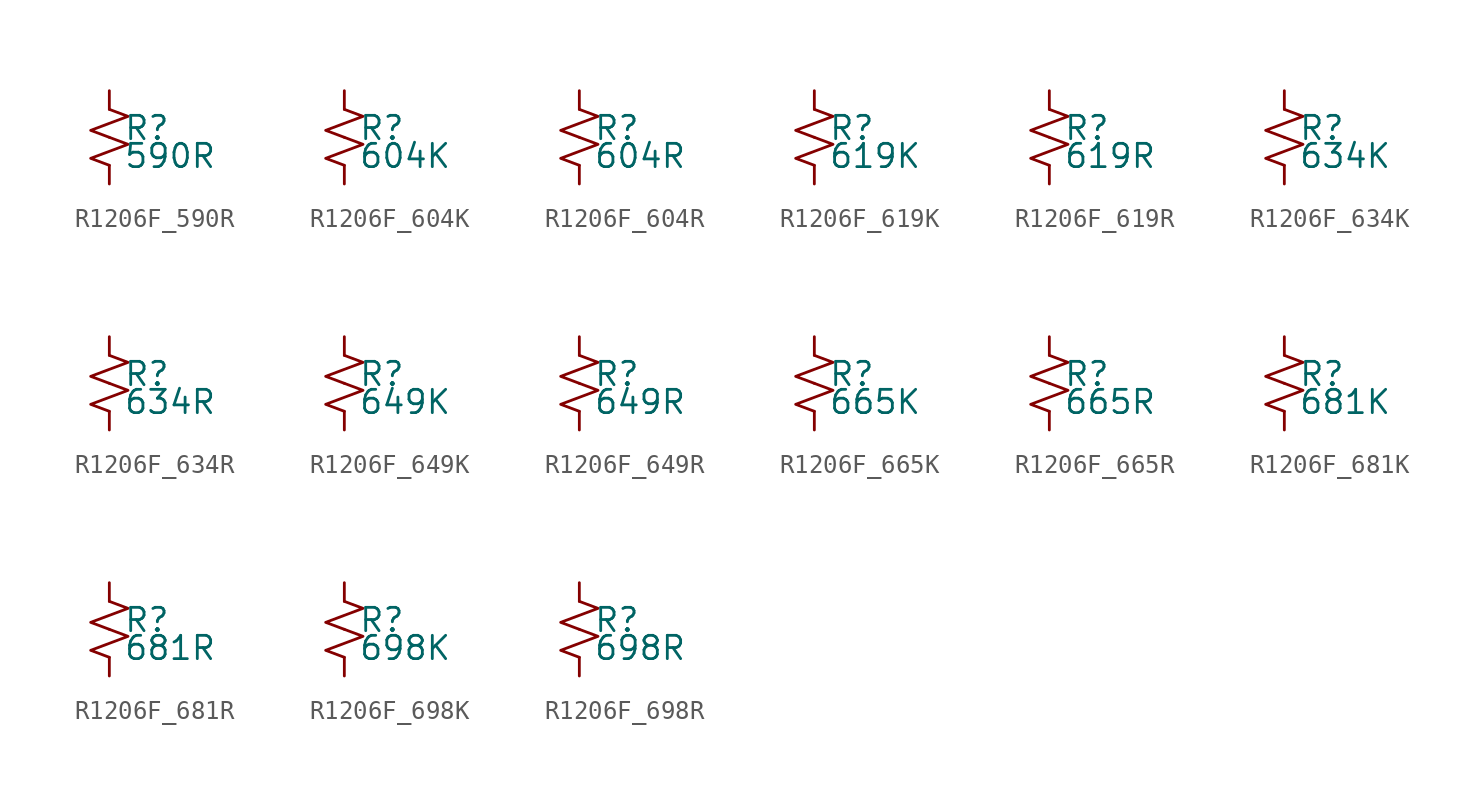
<source format=kicad_sym>
(kicad_symbol_lib
  (version 20220914)
  (generator kicad_symbol_editor)
  (symbol "R1206F_590R"
    (pin_numbers hide)
    (pin_names
      (offset 0.254) hide)
    (property "Reference" "R"
      (at 0.762 0.508 0)
      (effects (font (size 1.27 1.27)) (justify left)))
    (property "Value" "590R"
      (at 0.762 -1.016 0)
      (effects (font (size 1.27 1.27)) (justify left)))
    (symbol "R1206F_590R_1_1"
      (polyline (pts (xy 0 0) (xy 1.016 -0.381) (xy 0 -0.762) (xy -1.016 -1.143) (xy 0 -1.524)) (stroke (width 0) (type default)) (fill (type none)))
      (polyline (pts (xy 0 1.524) (xy 1.016 1.143) (xy 0 0.762) (xy -1.016 0.381) (xy 0 0)) (stroke (width 0) (type default)) (fill (type none)))
      (pin passive line (at 0 2.54 270) (length 1.016) (name "~" (effects (font (size 1.27 1.27)))) (number "1" (effects (font (size 1.27 1.27)))))
      (pin passive line (at 0 -2.54 90) (length 1.016) (name "~" (effects (font (size 1.27 1.27)))) (number "2" (effects (font (size 1.27 1.27)))))))
  (symbol "R1206F_604K"
    (pin_numbers hide)
    (pin_names
      (offset 0.254) hide)
    (property "Reference" "R"
      (at 0.762 0.508 0)
      (effects (font (size 1.27 1.27)) (justify left)))
    (property "Value" "604K"
      (at 0.762 -1.016 0)
      (effects (font (size 1.27 1.27)) (justify left)))
    (symbol "R1206F_604K_1_1"
      (polyline (pts (xy 0 0) (xy 1.016 -0.381) (xy 0 -0.762) (xy -1.016 -1.143) (xy 0 -1.524)) (stroke (width 0) (type default)) (fill (type none)))
      (polyline (pts (xy 0 1.524) (xy 1.016 1.143) (xy 0 0.762) (xy -1.016 0.381) (xy 0 0)) (stroke (width 0) (type default)) (fill (type none)))
      (pin passive line (at 0 2.54 270) (length 1.016) (name "~" (effects (font (size 1.27 1.27)))) (number "1" (effects (font (size 1.27 1.27)))))
      (pin passive line (at 0 -2.54 90) (length 1.016) (name "~" (effects (font (size 1.27 1.27)))) (number "2" (effects (font (size 1.27 1.27)))))))
  (symbol "R1206F_604R"
    (pin_numbers hide)
    (pin_names
      (offset 0.254) hide)
    (property "Reference" "R"
      (at 0.762 0.508 0)
      (effects (font (size 1.27 1.27)) (justify left)))
    (property "Value" "604R"
      (at 0.762 -1.016 0)
      (effects (font (size 1.27 1.27)) (justify left)))
    (symbol "R1206F_604R_1_1"
      (polyline (pts (xy 0 0) (xy 1.016 -0.381) (xy 0 -0.762) (xy -1.016 -1.143) (xy 0 -1.524)) (stroke (width 0) (type default)) (fill (type none)))
      (polyline (pts (xy 0 1.524) (xy 1.016 1.143) (xy 0 0.762) (xy -1.016 0.381) (xy 0 0)) (stroke (width 0) (type default)) (fill (type none)))
      (pin passive line (at 0 2.54 270) (length 1.016) (name "~" (effects (font (size 1.27 1.27)))) (number "1" (effects (font (size 1.27 1.27)))))
      (pin passive line (at 0 -2.54 90) (length 1.016) (name "~" (effects (font (size 1.27 1.27)))) (number "2" (effects (font (size 1.27 1.27)))))))
  (symbol "R1206F_619K"
    (pin_numbers hide)
    (pin_names
      (offset 0.254) hide)
    (property "Reference" "R"
      (at 0.762 0.508 0)
      (effects (font (size 1.27 1.27)) (justify left)))
    (property "Value" "619K"
      (at 0.762 -1.016 0)
      (effects (font (size 1.27 1.27)) (justify left)))
    (symbol "R1206F_619K_1_1"
      (polyline (pts (xy 0 0) (xy 1.016 -0.381) (xy 0 -0.762) (xy -1.016 -1.143) (xy 0 -1.524)) (stroke (width 0) (type default)) (fill (type none)))
      (polyline (pts (xy 0 1.524) (xy 1.016 1.143) (xy 0 0.762) (xy -1.016 0.381) (xy 0 0)) (stroke (width 0) (type default)) (fill (type none)))
      (pin passive line (at 0 2.54 270) (length 1.016) (name "~" (effects (font (size 1.27 1.27)))) (number "1" (effects (font (size 1.27 1.27)))))
      (pin passive line (at 0 -2.54 90) (length 1.016) (name "~" (effects (font (size 1.27 1.27)))) (number "2" (effects (font (size 1.27 1.27)))))))
  (symbol "R1206F_619R"
    (pin_numbers hide)
    (pin_names
      (offset 0.254) hide)
    (property "Reference" "R"
      (at 0.762 0.508 0)
      (effects (font (size 1.27 1.27)) (justify left)))
    (property "Value" "619R"
      (at 0.762 -1.016 0)
      (effects (font (size 1.27 1.27)) (justify left)))
    (symbol "R1206F_619R_1_1"
      (polyline (pts (xy 0 0) (xy 1.016 -0.381) (xy 0 -0.762) (xy -1.016 -1.143) (xy 0 -1.524)) (stroke (width 0) (type default)) (fill (type none)))
      (polyline (pts (xy 0 1.524) (xy 1.016 1.143) (xy 0 0.762) (xy -1.016 0.381) (xy 0 0)) (stroke (width 0) (type default)) (fill (type none)))
      (pin passive line (at 0 2.54 270) (length 1.016) (name "~" (effects (font (size 1.27 1.27)))) (number "1" (effects (font (size 1.27 1.27)))))
      (pin passive line (at 0 -2.54 90) (length 1.016) (name "~" (effects (font (size 1.27 1.27)))) (number "2" (effects (font (size 1.27 1.27)))))))
  (symbol "R1206F_634K"
    (pin_numbers hide)
    (pin_names
      (offset 0.254) hide)
    (property "Reference" "R"
      (at 0.762 0.508 0)
      (effects (font (size 1.27 1.27)) (justify left)))
    (property "Value" "634K"
      (at 0.762 -1.016 0)
      (effects (font (size 1.27 1.27)) (justify left)))
    (symbol "R1206F_634K_1_1"
      (polyline (pts (xy 0 0) (xy 1.016 -0.381) (xy 0 -0.762) (xy -1.016 -1.143) (xy 0 -1.524)) (stroke (width 0) (type default)) (fill (type none)))
      (polyline (pts (xy 0 1.524) (xy 1.016 1.143) (xy 0 0.762) (xy -1.016 0.381) (xy 0 0)) (stroke (width 0) (type default)) (fill (type none)))
      (pin passive line (at 0 2.54 270) (length 1.016) (name "~" (effects (font (size 1.27 1.27)))) (number "1" (effects (font (size 1.27 1.27)))))
      (pin passive line (at 0 -2.54 90) (length 1.016) (name "~" (effects (font (size 1.27 1.27)))) (number "2" (effects (font (size 1.27 1.27)))))))
  (symbol "R1206F_634R"
    (pin_numbers hide)
    (pin_names
      (offset 0.254) hide)
    (property "Reference" "R"
      (at 0.762 0.508 0)
      (effects (font (size 1.27 1.27)) (justify left)))
    (property "Value" "634R"
      (at 0.762 -1.016 0)
      (effects (font (size 1.27 1.27)) (justify left)))
    (symbol "R1206F_634R_1_1"
      (polyline (pts (xy 0 0) (xy 1.016 -0.381) (xy 0 -0.762) (xy -1.016 -1.143) (xy 0 -1.524)) (stroke (width 0) (type default)) (fill (type none)))
      (polyline (pts (xy 0 1.524) (xy 1.016 1.143) (xy 0 0.762) (xy -1.016 0.381) (xy 0 0)) (stroke (width 0) (type default)) (fill (type none)))
      (pin passive line (at 0 2.54 270) (length 1.016) (name "~" (effects (font (size 1.27 1.27)))) (number "1" (effects (font (size 1.27 1.27)))))
      (pin passive line (at 0 -2.54 90) (length 1.016) (name "~" (effects (font (size 1.27 1.27)))) (number "2" (effects (font (size 1.27 1.27)))))))
  (symbol "R1206F_649K"
    (pin_numbers hide)
    (pin_names
      (offset 0.254) hide)
    (property "Reference" "R"
      (at 0.762 0.508 0)
      (effects (font (size 1.27 1.27)) (justify left)))
    (property "Value" "649K"
      (at 0.762 -1.016 0)
      (effects (font (size 1.27 1.27)) (justify left)))
    (symbol "R1206F_649K_1_1"
      (polyline (pts (xy 0 0) (xy 1.016 -0.381) (xy 0 -0.762) (xy -1.016 -1.143) (xy 0 -1.524)) (stroke (width 0) (type default)) (fill (type none)))
      (polyline (pts (xy 0 1.524) (xy 1.016 1.143) (xy 0 0.762) (xy -1.016 0.381) (xy 0 0)) (stroke (width 0) (type default)) (fill (type none)))
      (pin passive line (at 0 2.54 270) (length 1.016) (name "~" (effects (font (size 1.27 1.27)))) (number "1" (effects (font (size 1.27 1.27)))))
      (pin passive line (at 0 -2.54 90) (length 1.016) (name "~" (effects (font (size 1.27 1.27)))) (number "2" (effects (font (size 1.27 1.27)))))))
  (symbol "R1206F_649R"
    (pin_numbers hide)
    (pin_names
      (offset 0.254) hide)
    (property "Reference" "R"
      (at 0.762 0.508 0)
      (effects (font (size 1.27 1.27)) (justify left)))
    (property "Value" "649R"
      (at 0.762 -1.016 0)
      (effects (font (size 1.27 1.27)) (justify left)))
    (symbol "R1206F_649R_1_1"
      (polyline (pts (xy 0 0) (xy 1.016 -0.381) (xy 0 -0.762) (xy -1.016 -1.143) (xy 0 -1.524)) (stroke (width 0) (type default)) (fill (type none)))
      (polyline (pts (xy 0 1.524) (xy 1.016 1.143) (xy 0 0.762) (xy -1.016 0.381) (xy 0 0)) (stroke (width 0) (type default)) (fill (type none)))
      (pin passive line (at 0 2.54 270) (length 1.016) (name "~" (effects (font (size 1.27 1.27)))) (number "1" (effects (font (size 1.27 1.27)))))
      (pin passive line (at 0 -2.54 90) (length 1.016) (name "~" (effects (font (size 1.27 1.27)))) (number "2" (effects (font (size 1.27 1.27)))))))
  (symbol "R1206F_665K"
    (pin_numbers hide)
    (pin_names
      (offset 0.254) hide)
    (property "Reference" "R"
      (at 0.762 0.508 0)
      (effects (font (size 1.27 1.27)) (justify left)))
    (property "Value" "665K"
      (at 0.762 -1.016 0)
      (effects (font (size 1.27 1.27)) (justify left)))
    (symbol "R1206F_665K_1_1"
      (polyline (pts (xy 0 0) (xy 1.016 -0.381) (xy 0 -0.762) (xy -1.016 -1.143) (xy 0 -1.524)) (stroke (width 0) (type default)) (fill (type none)))
      (polyline (pts (xy 0 1.524) (xy 1.016 1.143) (xy 0 0.762) (xy -1.016 0.381) (xy 0 0)) (stroke (width 0) (type default)) (fill (type none)))
      (pin passive line (at 0 2.54 270) (length 1.016) (name "~" (effects (font (size 1.27 1.27)))) (number "1" (effects (font (size 1.27 1.27)))))
      (pin passive line (at 0 -2.54 90) (length 1.016) (name "~" (effects (font (size 1.27 1.27)))) (number "2" (effects (font (size 1.27 1.27)))))))
  (symbol "R1206F_665R"
    (pin_numbers hide)
    (pin_names
      (offset 0.254) hide)
    (property "Reference" "R"
      (at 0.762 0.508 0)
      (effects (font (size 1.27 1.27)) (justify left)))
    (property "Value" "665R"
      (at 0.762 -1.016 0)
      (effects (font (size 1.27 1.27)) (justify left)))
    (symbol "R1206F_665R_1_1"
      (polyline (pts (xy 0 0) (xy 1.016 -0.381) (xy 0 -0.762) (xy -1.016 -1.143) (xy 0 -1.524)) (stroke (width 0) (type default)) (fill (type none)))
      (polyline (pts (xy 0 1.524) (xy 1.016 1.143) (xy 0 0.762) (xy -1.016 0.381) (xy 0 0)) (stroke (width 0) (type default)) (fill (type none)))
      (pin passive line (at 0 2.54 270) (length 1.016) (name "~" (effects (font (size 1.27 1.27)))) (number "1" (effects (font (size 1.27 1.27)))))
      (pin passive line (at 0 -2.54 90) (length 1.016) (name "~" (effects (font (size 1.27 1.27)))) (number "2" (effects (font (size 1.27 1.27)))))))
  (symbol "R1206F_681K"
    (pin_numbers hide)
    (pin_names
      (offset 0.254) hide)
    (property "Reference" "R"
      (at 0.762 0.508 0)
      (effects (font (size 1.27 1.27)) (justify left)))
    (property "Value" "681K"
      (at 0.762 -1.016 0)
      (effects (font (size 1.27 1.27)) (justify left)))
    (symbol "R1206F_681K_1_1"
      (polyline (pts (xy 0 0) (xy 1.016 -0.381) (xy 0 -0.762) (xy -1.016 -1.143) (xy 0 -1.524)) (stroke (width 0) (type default)) (fill (type none)))
      (polyline (pts (xy 0 1.524) (xy 1.016 1.143) (xy 0 0.762) (xy -1.016 0.381) (xy 0 0)) (stroke (width 0) (type default)) (fill (type none)))
      (pin passive line (at 0 2.54 270) (length 1.016) (name "~" (effects (font (size 1.27 1.27)))) (number "1" (effects (font (size 1.27 1.27)))))
      (pin passive line (at 0 -2.54 90) (length 1.016) (name "~" (effects (font (size 1.27 1.27)))) (number "2" (effects (font (size 1.27 1.27)))))))
  (symbol "R1206F_681R"
    (pin_numbers hide)
    (pin_names
      (offset 0.254) hide)
    (property "Reference" "R"
      (at 0.762 0.508 0)
      (effects (font (size 1.27 1.27)) (justify left)))
    (property "Value" "681R"
      (at 0.762 -1.016 0)
      (effects (font (size 1.27 1.27)) (justify left)))
    (symbol "R1206F_681R_1_1"
      (polyline (pts (xy 0 0) (xy 1.016 -0.381) (xy 0 -0.762) (xy -1.016 -1.143) (xy 0 -1.524)) (stroke (width 0) (type default)) (fill (type none)))
      (polyline (pts (xy 0 1.524) (xy 1.016 1.143) (xy 0 0.762) (xy -1.016 0.381) (xy 0 0)) (stroke (width 0) (type default)) (fill (type none)))
      (pin passive line (at 0 2.54 270) (length 1.016) (name "~" (effects (font (size 1.27 1.27)))) (number "1" (effects (font (size 1.27 1.27)))))
      (pin passive line (at 0 -2.54 90) (length 1.016) (name "~" (effects (font (size 1.27 1.27)))) (number "2" (effects (font (size 1.27 1.27)))))))
  (symbol "R1206F_698K"
    (pin_numbers hide)
    (pin_names
      (offset 0.254) hide)
    (property "Reference" "R"
      (at 0.762 0.508 0)
      (effects (font (size 1.27 1.27)) (justify left)))
    (property "Value" "698K"
      (at 0.762 -1.016 0)
      (effects (font (size 1.27 1.27)) (justify left)))
    (symbol "R1206F_698K_1_1"
      (polyline (pts (xy 0 0) (xy 1.016 -0.381) (xy 0 -0.762) (xy -1.016 -1.143) (xy 0 -1.524)) (stroke (width 0) (type default)) (fill (type none)))
      (polyline (pts (xy 0 1.524) (xy 1.016 1.143) (xy 0 0.762) (xy -1.016 0.381) (xy 0 0)) (stroke (width 0) (type default)) (fill (type none)))
      (pin passive line (at 0 2.54 270) (length 1.016) (name "~" (effects (font (size 1.27 1.27)))) (number "1" (effects (font (size 1.27 1.27)))))
      (pin passive line (at 0 -2.54 90) (length 1.016) (name "~" (effects (font (size 1.27 1.27)))) (number "2" (effects (font (size 1.27 1.27)))))))
  (symbol "R1206F_698R"
    (pin_numbers hide)
    (pin_names
      (offset 0.254) hide)
    (property "Reference" "R"
      (at 0.762 0.508 0)
      (effects (font (size 1.27 1.27)) (justify left)))
    (property "Value" "698R"
      (at 0.762 -1.016 0)
      (effects (font (size 1.27 1.27)) (justify left)))
    (symbol "R1206F_698R_1_1"
      (polyline (pts (xy 0 0) (xy 1.016 -0.381) (xy 0 -0.762) (xy -1.016 -1.143) (xy 0 -1.524)) (stroke (width 0) (type default)) (fill (type none)))
      (polyline (pts (xy 0 1.524) (xy 1.016 1.143) (xy 0 0.762) (xy -1.016 0.381) (xy 0 0)) (stroke (width 0) (type default)) (fill (type none)))
      (pin passive line (at 0 2.54 270) (length 1.016) (name "~" (effects (font (size 1.27 1.27)))) (number "1" (effects (font (size 1.27 1.27)))))
      (pin passive line (at 0 -2.54 90) (length 1.016) (name "~" (effects (font (size 1.27 1.27)))) (number "2" (effects (font (size 1.27 1.27))))))))
</source>
